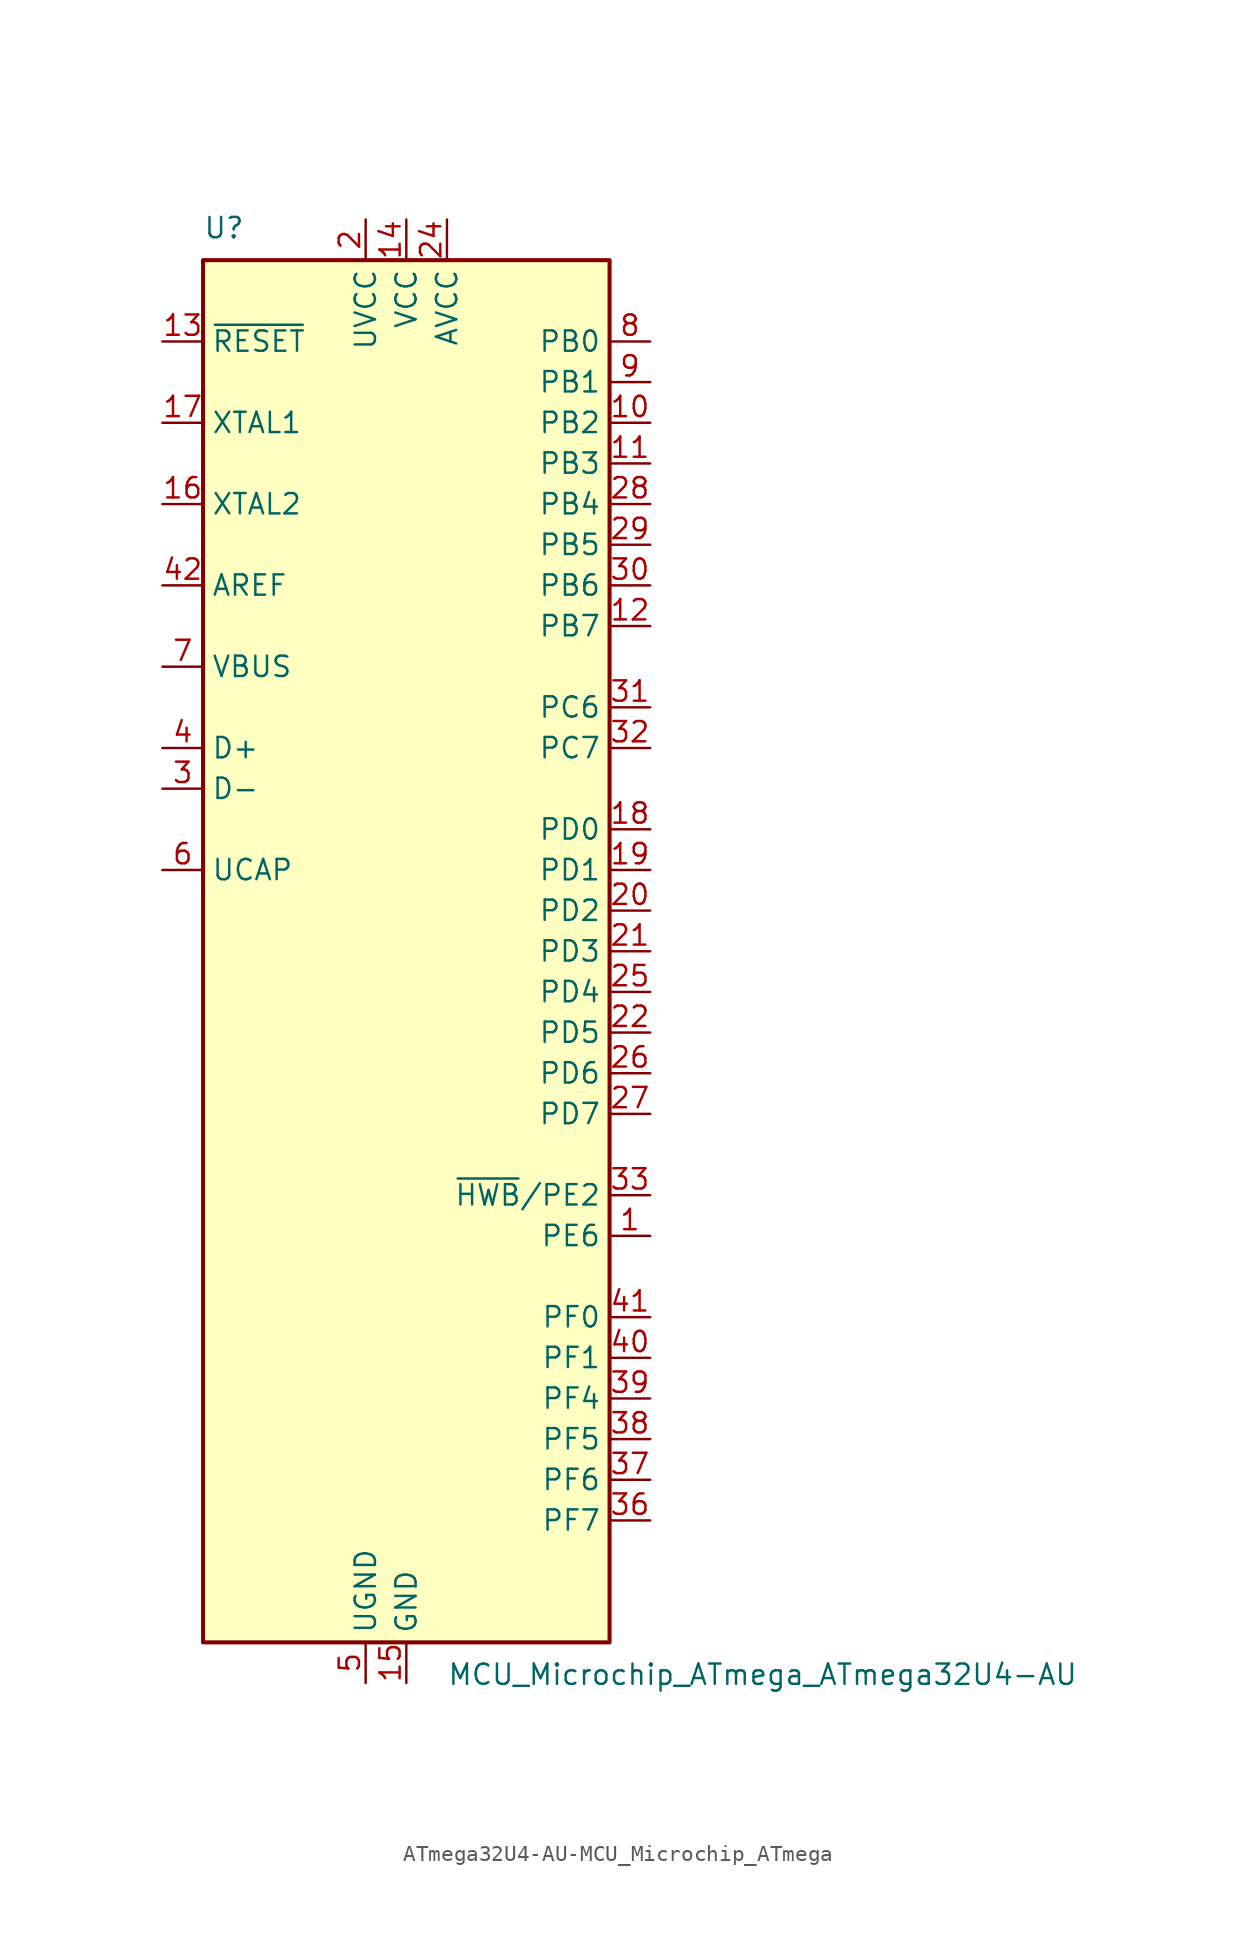
<source format=kicad_sym>
(kicad_symbol_lib
  (version 20231120)
  (generator "kicad_symbol_editor")
  (generator_version "8.0")
  (symbol "ATmega32U4-AU-MCU_Microchip_ATmega"
    (property "Reference" "U"
      (at -12.7 44.45 0)
      (effects (font (size 1.27 1.27)) (justify left bottom)))
    (property "Value" "MCU_Microchip_ATmega_ATmega32U4-AU"
      (at 2.54 -44.45 0)
      (effects (font (size 1.27 1.27)) (justify left top)))
    (symbol "ATmega32U4-AU-MCU_Microchip_ATmega_0_1"
      (rectangle (start -12.7 -43.18) (end 12.7 43.18) (stroke (width 0.254) (type solid)) (fill (type background))))
    (symbol "ATmega32U4-AU-MCU_Microchip_ATmega_1_1"
      (pin tri_state line (at 15.24 -17.78 180) (length 2.54) (name "PE6" (effects (font (size 1.27 1.27)))) (number "1" (effects (font (size 1.27 1.27)))))
      (pin tri_state line (at 15.24 33.02 180) (length 2.54) (name "PB2" (effects (font (size 1.27 1.27)))) (number "10" (effects (font (size 1.27 1.27)))))
      (pin tri_state line (at 15.24 30.48 180) (length 2.54) (name "PB3" (effects (font (size 1.27 1.27)))) (number "11" (effects (font (size 1.27 1.27)))))
      (pin tri_state line (at 15.24 20.32 180) (length 2.54) (name "PB7" (effects (font (size 1.27 1.27)))) (number "12" (effects (font (size 1.27 1.27)))))
      (pin input line (at -15.24 38.1 0) (length 2.54) (name "~{RESET}" (effects (font (size 1.27 1.27)))) (number "13" (effects (font (size 1.27 1.27)))))
      (pin power_in line (at 0 45.72 270) (length 2.54) (name "VCC" (effects (font (size 1.27 1.27)))) (number "14" (effects (font (size 1.27 1.27)))))
      (pin power_in line (at 0 -45.72 90) (length 2.54) (name "GND" (effects (font (size 1.27 1.27)))) (number "15" (effects (font (size 1.27 1.27)))))
      (pin output line (at -15.24 27.94 0) (length 2.54) (name "XTAL2" (effects (font (size 1.27 1.27)))) (number "16" (effects (font (size 1.27 1.27)))))
      (pin input line (at -15.24 33.02 0) (length 2.54) (name "XTAL1" (effects (font (size 1.27 1.27)))) (number "17" (effects (font (size 1.27 1.27)))))
      (pin tri_state line (at 15.24 7.62 180) (length 2.54) (name "PD0" (effects (font (size 1.27 1.27)))) (number "18" (effects (font (size 1.27 1.27)))))
      (pin tri_state line (at 15.24 5.08 180) (length 2.54) (name "PD1" (effects (font (size 1.27 1.27)))) (number "19" (effects (font (size 1.27 1.27)))))
      (pin power_in line (at -2.54 45.72 270) (length 2.54) (name "UVCC" (effects (font (size 1.27 1.27)))) (number "2" (effects (font (size 1.27 1.27)))))
      (pin tri_state line (at 15.24 2.54 180) (length 2.54) (name "PD2" (effects (font (size 1.27 1.27)))) (number "20" (effects (font (size 1.27 1.27)))))
      (pin tri_state line (at 15.24 0 180) (length 2.54) (name "PD3" (effects (font (size 1.27 1.27)))) (number "21" (effects (font (size 1.27 1.27)))))
      (pin tri_state line (at 15.24 -5.08 180) (length 2.54) (name "PD5" (effects (font (size 1.27 1.27)))) (number "22" (effects (font (size 1.27 1.27)))))
      (pin passive line (at 0 -45.72 90) (length 2.54) hide (name "GND" (effects (font (size 1.27 1.27)))) (number "23" (effects (font (size 1.27 1.27)))))
      (pin power_in line (at 2.54 45.72 270) (length 2.54) (name "AVCC" (effects (font (size 1.27 1.27)))) (number "24" (effects (font (size 1.27 1.27)))))
      (pin tri_state line (at 15.24 -2.54 180) (length 2.54) (name "PD4" (effects (font (size 1.27 1.27)))) (number "25" (effects (font (size 1.27 1.27)))))
      (pin tri_state line (at 15.24 -7.62 180) (length 2.54) (name "PD6" (effects (font (size 1.27 1.27)))) (number "26" (effects (font (size 1.27 1.27)))))
      (pin tri_state line (at 15.24 -10.16 180) (length 2.54) (name "PD7" (effects (font (size 1.27 1.27)))) (number "27" (effects (font (size 1.27 1.27)))))
      (pin tri_state line (at 15.24 27.94 180) (length 2.54) (name "PB4" (effects (font (size 1.27 1.27)))) (number "28" (effects (font (size 1.27 1.27)))))
      (pin tri_state line (at 15.24 25.4 180) (length 2.54) (name "PB5" (effects (font (size 1.27 1.27)))) (number "29" (effects (font (size 1.27 1.27)))))
      (pin bidirectional line (at -15.24 10.16 0) (length 2.54) (name "D-" (effects (font (size 1.27 1.27)))) (number "3" (effects (font (size 1.27 1.27)))))
      (pin tri_state line (at 15.24 22.86 180) (length 2.54) (name "PB6" (effects (font (size 1.27 1.27)))) (number "30" (effects (font (size 1.27 1.27)))))
      (pin tri_state line (at 15.24 15.24 180) (length 2.54) (name "PC6" (effects (font (size 1.27 1.27)))) (number "31" (effects (font (size 1.27 1.27)))))
      (pin tri_state line (at 15.24 12.7 180) (length 2.54) (name "PC7" (effects (font (size 1.27 1.27)))) (number "32" (effects (font (size 1.27 1.27)))))
      (pin tri_state line (at 15.24 -15.24 180) (length 2.54) (name "~{HWB}/PE2" (effects (font (size 1.27 1.27)))) (number "33" (effects (font (size 1.27 1.27)))))
      (pin passive line (at 0 45.72 270) (length 2.54) hide (name "VCC" (effects (font (size 1.27 1.27)))) (number "34" (effects (font (size 1.27 1.27)))))
      (pin passive line (at 0 -45.72 90) (length 2.54) hide (name "GND" (effects (font (size 1.27 1.27)))) (number "35" (effects (font (size 1.27 1.27)))))
      (pin tri_state line (at 15.24 -35.56 180) (length 2.54) (name "PF7" (effects (font (size 1.27 1.27)))) (number "36" (effects (font (size 1.27 1.27)))))
      (pin tri_state line (at 15.24 -33.02 180) (length 2.54) (name "PF6" (effects (font (size 1.27 1.27)))) (number "37" (effects (font (size 1.27 1.27)))))
      (pin tri_state line (at 15.24 -30.48 180) (length 2.54) (name "PF5" (effects (font (size 1.27 1.27)))) (number "38" (effects (font (size 1.27 1.27)))))
      (pin tri_state line (at 15.24 -27.94 180) (length 2.54) (name "PF4" (effects (font (size 1.27 1.27)))) (number "39" (effects (font (size 1.27 1.27)))))
      (pin bidirectional line (at -15.24 12.7 0) (length 2.54) (name "D+" (effects (font (size 1.27 1.27)))) (number "4" (effects (font (size 1.27 1.27)))))
      (pin tri_state line (at 15.24 -25.4 180) (length 2.54) (name "PF1" (effects (font (size 1.27 1.27)))) (number "40" (effects (font (size 1.27 1.27)))))
      (pin tri_state line (at 15.24 -22.86 180) (length 2.54) (name "PF0" (effects (font (size 1.27 1.27)))) (number "41" (effects (font (size 1.27 1.27)))))
      (pin passive line (at -15.24 22.86 0) (length 2.54) (name "AREF" (effects (font (size 1.27 1.27)))) (number "42" (effects (font (size 1.27 1.27)))))
      (pin passive line (at 0 -45.72 90) (length 2.54) hide (name "GND" (effects (font (size 1.27 1.27)))) (number "43" (effects (font (size 1.27 1.27)))))
      (pin passive line (at 2.54 45.72 270) (length 2.54) hide (name "AVCC" (effects (font (size 1.27 1.27)))) (number "44" (effects (font (size 1.27 1.27)))))
      (pin passive line (at -2.54 -45.72 90) (length 2.54) (name "UGND" (effects (font (size 1.27 1.27)))) (number "5" (effects (font (size 1.27 1.27)))))
      (pin passive line (at -15.24 5.08 0) (length 2.54) (name "UCAP" (effects (font (size 1.27 1.27)))) (number "6" (effects (font (size 1.27 1.27)))))
      (pin input line (at -15.24 17.78 0) (length 2.54) (name "VBUS" (effects (font (size 1.27 1.27)))) (number "7" (effects (font (size 1.27 1.27)))))
      (pin tri_state line (at 15.24 38.1 180) (length 2.54) (name "PB0" (effects (font (size 1.27 1.27)))) (number "8" (effects (font (size 1.27 1.27)))))
      (pin tri_state line (at 15.24 35.56 180) (length 2.54) (name "PB1" (effects (font (size 1.27 1.27)))) (number "9" (effects (font (size 1.27 1.27))))))))
</source>
